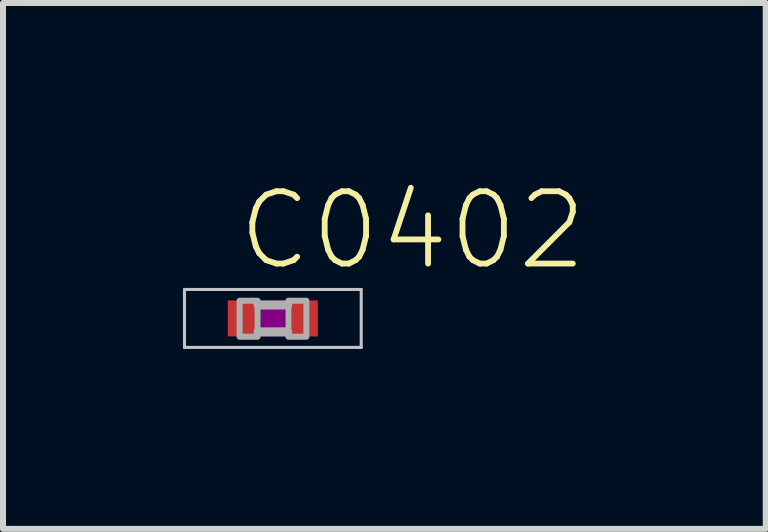
<source format=kicad_pcb>
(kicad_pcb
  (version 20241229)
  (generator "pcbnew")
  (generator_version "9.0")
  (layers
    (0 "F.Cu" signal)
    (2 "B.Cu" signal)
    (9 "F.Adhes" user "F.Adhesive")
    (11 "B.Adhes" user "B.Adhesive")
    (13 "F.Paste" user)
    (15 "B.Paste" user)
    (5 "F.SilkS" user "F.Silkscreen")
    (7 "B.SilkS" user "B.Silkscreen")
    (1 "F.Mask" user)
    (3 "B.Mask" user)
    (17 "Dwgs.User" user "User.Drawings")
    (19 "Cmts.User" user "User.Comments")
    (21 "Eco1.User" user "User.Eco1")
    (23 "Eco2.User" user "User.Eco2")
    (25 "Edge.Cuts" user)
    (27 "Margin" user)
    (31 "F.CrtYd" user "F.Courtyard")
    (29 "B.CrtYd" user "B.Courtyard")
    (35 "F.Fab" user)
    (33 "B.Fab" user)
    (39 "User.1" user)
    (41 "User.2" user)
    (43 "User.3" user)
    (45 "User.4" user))
  (footprint "C0402"
    (layer "F.Cu")
    (at 1.498 2.258)
    (property "Reference" "C0402" (at -0.635 -0.762 0) (layer "F.SilkS") (effects (font (size 1.206 1.206) (thickness 0.097)) (justify left bottom)))
    (attr through_hole)
    (fp_poly (pts (xy -0.2 0.3) (xy 0.2 0.3) (xy 0.2 -0.3) (xy -0.2 -0.3)) (stroke (width 0) (type solid)) (fill yes) (layer "F.Adhes"))
    (fp_line (start -1.473 -0.483) (end 1.473 -0.483) (stroke (width 0.051) (type solid)) (layer "Dwgs.User"))
    (fp_line (start -1.473 0.483) (end -1.473 -0.483) (stroke (width 0.051) (type solid)) (layer "Dwgs.User"))
    (fp_line (start 1.473 -0.483) (end 1.473 0.483) (stroke (width 0.051) (type solid)) (layer "Dwgs.User"))
    (fp_line (start 1.473 0.483) (end -1.473 0.483) (stroke (width 0.051) (type solid)) (layer "Dwgs.User"))
    (fp_line (start -0.245 -0.224) (end 0.245 -0.224) (stroke (width 0.152) (type solid)) (layer "F.Fab"))
    (fp_line (start 0.245 0.224) (end -0.245 0.224) (stroke (width 0.152) (type solid)) (layer "F.Fab"))
    (fp_poly (pts (xy -0.554 0.305) (xy -0.254 0.305) (xy -0.254 -0.295) (xy -0.554 -0.295)) (stroke (width 0.1) (type solid)) (fill no) (layer "F.Fab"))
    (fp_poly (pts (xy 0.259 0.305) (xy 0.559 0.305) (xy 0.559 -0.295) (xy 0.259 -0.295)) (stroke (width 0.1) (type solid)) (fill no) (layer "F.Fab"))
    (pad "1" smd rect (at -0.5 0) (size 0.5 0.6) (layers "F.Cu" "F.Mask" "F.Paste"))
    (pad "2" smd rect (at 0.5 0) (size 0.5 0.6) (layers "F.Cu" "F.Mask" "F.Paste")))
  (gr_rect
    (start -3 -3)
    (end 9.714 5.766)
    (stroke (width 0.1) (type default))
    (fill no)
    (layer "Edge.Cuts")))
</source>
